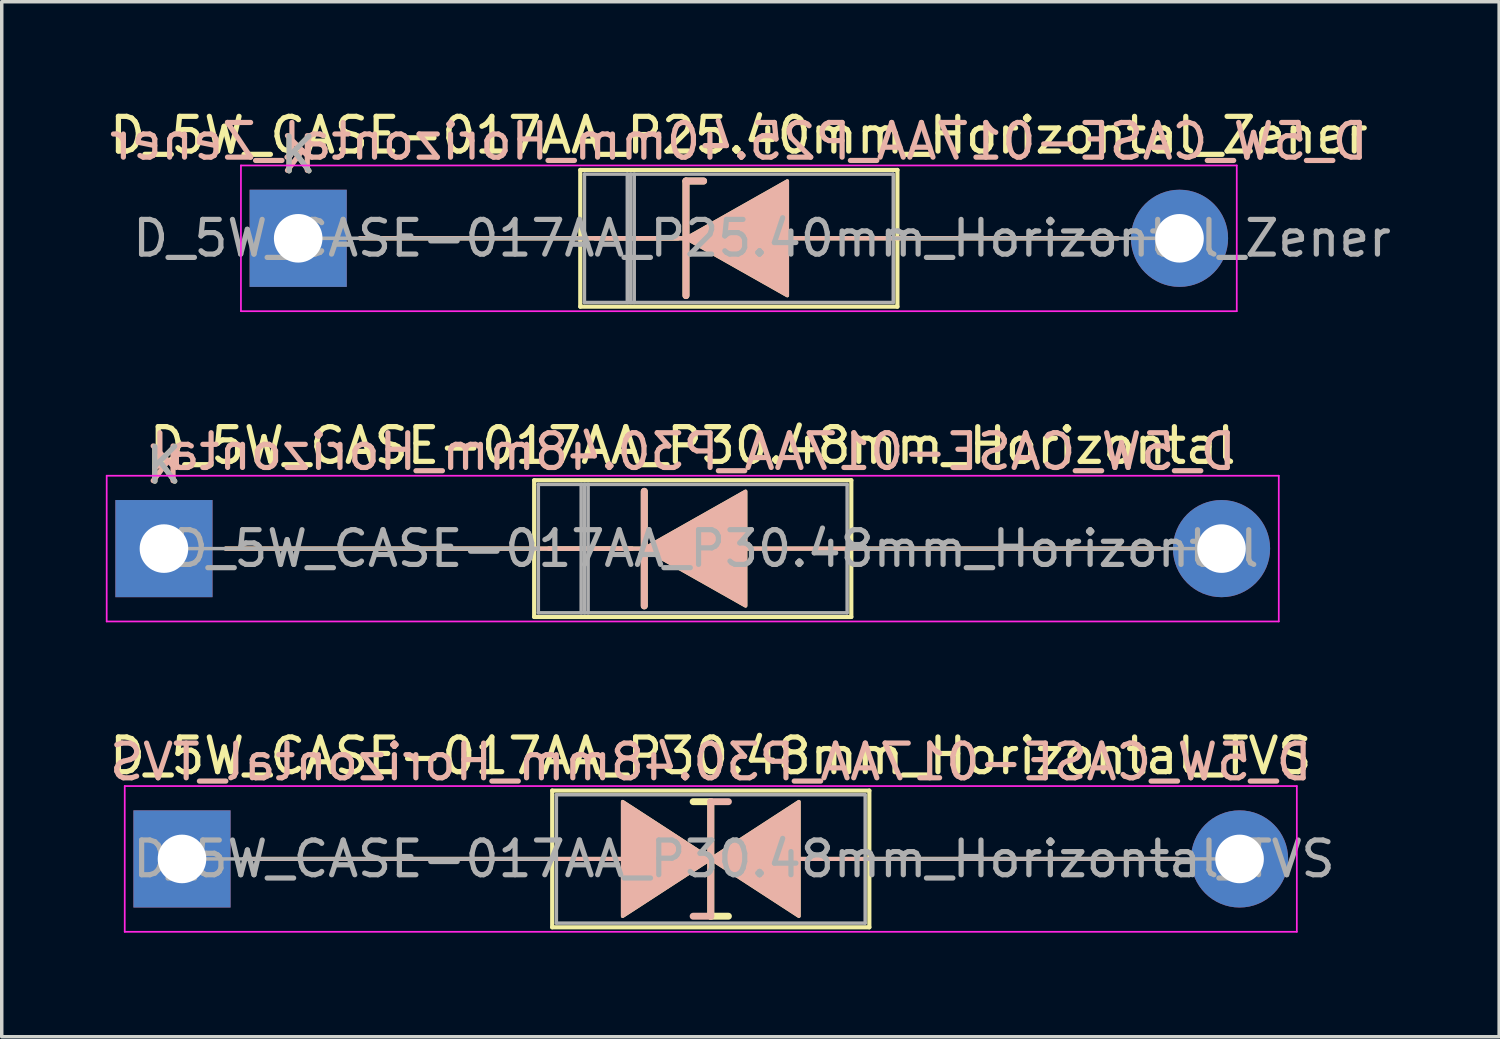
<source format=kicad_pcb>
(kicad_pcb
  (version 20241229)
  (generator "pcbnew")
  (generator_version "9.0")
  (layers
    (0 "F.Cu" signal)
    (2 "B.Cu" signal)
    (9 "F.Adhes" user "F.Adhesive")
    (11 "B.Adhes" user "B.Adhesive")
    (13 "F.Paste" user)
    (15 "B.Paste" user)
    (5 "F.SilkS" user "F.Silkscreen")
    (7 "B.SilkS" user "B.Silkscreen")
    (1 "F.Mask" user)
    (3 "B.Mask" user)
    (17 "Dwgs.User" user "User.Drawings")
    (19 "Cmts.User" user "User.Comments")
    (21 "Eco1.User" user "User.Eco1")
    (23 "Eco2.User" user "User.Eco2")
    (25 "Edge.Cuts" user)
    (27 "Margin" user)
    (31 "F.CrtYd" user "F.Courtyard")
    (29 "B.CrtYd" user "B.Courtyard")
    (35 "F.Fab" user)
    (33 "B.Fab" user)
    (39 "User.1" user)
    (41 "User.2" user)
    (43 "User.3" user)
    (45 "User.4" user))
  (footprint "D_5W_CASE-017AA_P30.48mm_Horizontal_TVS"
    (layer "F.Cu")
    (at 2.195 21.705)
    (property "Reference" "D_5W_CASE-017AA_P30.48mm_Horizontal_TVS" (at 15.24 -2.97 0) (layer "F.SilkS") (effects (font (size 1 1) (thickness 0.15))))
    (fp_line (start 1.778 0) (end 10.67 0) (stroke (width 0.12) (type solid)) (layer "F.SilkS"))
    (fp_line (start 10.668 0) (end 12.7 0) (stroke (width 0.12) (type solid)) (layer "F.SilkS"))
    (fp_line (start 10.67 -1.97) (end 10.67 1.97) (stroke (width 0.12) (type solid)) (layer "F.SilkS"))
    (fp_line (start 10.67 1.97) (end 19.81 1.97) (stroke (width 0.12) (type solid)) (layer "F.SilkS"))
    (fp_line (start 15.24 -1.651) (end 14.732 -1.651) (stroke (width 0.2) (type solid)) (layer "F.SilkS"))
    (fp_line (start 15.24 1.651) (end 15.24 -1.651) (stroke (width 0.2) (type solid)) (layer "F.SilkS"))
    (fp_line (start 15.748 1.651) (end 15.24 1.651) (stroke (width 0.2) (type solid)) (layer "F.SilkS"))
    (fp_line (start 19.81 -1.97) (end 10.67 -1.97) (stroke (width 0.12) (type solid)) (layer "F.SilkS"))
    (fp_line (start 19.81 0) (end 17.78 0) (stroke (width 0.12) (type solid)) (layer "F.SilkS"))
    (fp_line (start 19.81 1.97) (end 19.81 -1.97) (stroke (width 0.12) (type solid)) (layer "F.SilkS"))
    (fp_line (start 28.702 0) (end 19.81 0) (stroke (width 0.12) (type solid)) (layer "F.SilkS"))
    (fp_poly (pts (xy 15.24 0) (xy 12.7 1.651) (xy 12.7 -1.651)) (stroke (width 0.1) (type solid)) (fill yes) (layer "F.SilkS"))
    (fp_poly (pts (xy 15.24 0) (xy 17.78 -1.651) (xy 17.78 1.651)) (stroke (width 0.1) (type solid)) (fill yes) (layer "F.SilkS"))
    (fp_line (start 1.778 0) (end 10.67 0) (stroke (width 0.12) (type solid)) (layer "B.SilkS"))
    (fp_line (start 10.668 0) (end 12.7 0) (stroke (width 0.12) (type solid)) (layer "B.SilkS"))
    (fp_line (start 15.24 -1.651) (end 15.24 1.651) (stroke (width 0.2) (type solid)) (layer "B.SilkS"))
    (fp_line (start 15.24 1.651) (end 14.732 1.651) (stroke (width 0.2) (type solid)) (layer "B.SilkS"))
    (fp_line (start 15.748 -1.651) (end 15.24 -1.651) (stroke (width 0.2) (type solid)) (layer "B.SilkS"))
    (fp_line (start 19.81 0) (end 17.78 0) (stroke (width 0.12) (type solid)) (layer "B.SilkS"))
    (fp_line (start 28.702 0) (end 19.81 0) (stroke (width 0.12) (type solid)) (layer "B.SilkS"))
    (fp_poly (pts (xy 15.24 0) (xy 12.7 -1.651) (xy 12.7 1.651)) (stroke (width 0.1) (type solid)) (fill yes) (layer "B.SilkS"))
    (fp_poly (pts (xy 15.24 0) (xy 17.78 1.651) (xy 17.78 -1.651)) (stroke (width 0.1) (type solid)) (fill yes) (layer "B.SilkS"))
    (fp_line (start -1.65 -2.1) (end -1.65 2.1) (stroke (width 0.05) (type solid)) (layer "F.CrtYd"))
    (fp_line (start -1.65 2.1) (end 32.13 2.1) (stroke (width 0.05) (type solid)) (layer "F.CrtYd"))
    (fp_line (start 32.13 -2.1) (end -1.65 -2.1) (stroke (width 0.05) (type solid)) (layer "F.CrtYd"))
    (fp_line (start 32.13 2.1) (end 32.13 -2.1) (stroke (width 0.05) (type solid)) (layer "F.CrtYd"))
    (fp_line (start 0 0) (end 10.79 0) (stroke (width 0.1) (type solid)) (layer "F.Fab"))
    (fp_line (start 10.79 -1.85) (end 10.79 1.85) (stroke (width 0.1) (type solid)) (layer "F.Fab"))
    (fp_line (start 10.79 1.85) (end 19.69 1.85) (stroke (width 0.1) (type solid)) (layer "F.Fab"))
    (fp_line (start 19.69 -1.85) (end 10.79 -1.85) (stroke (width 0.1) (type solid)) (layer "F.Fab"))
    (fp_line (start 19.69 1.85) (end 19.69 -1.85) (stroke (width 0.1) (type solid)) (layer "F.Fab"))
    (fp_line (start 30.48 0) (end 19.69 0) (stroke (width 0.1) (type solid)) (layer "F.Fab"))
    (fp_text user "${REFERENCE}" (at 15.24 -2.794 0) (layer "B.SilkS") (effects (font (size 1 1) (thickness 0.15)) (justify mirror)))
    (fp_text user "${REFERENCE}" (at 15.908 0 0) (layer "F.Fab") (effects (font (size 1 1) (thickness 0.15))))
    (pad "1" thru_hole rect (at 0 0) (size 2.8 2.8) (drill 1.4) (layers "*.Cu" "*.Mask"))
    (pad "2" thru_hole oval (at 30.48 0) (size 2.8 2.8) (drill 1.4) (layers "*.Cu" "*.Mask")))
  (footprint "D_5W_CASE-017AA_P30.48mm_Horizontal"
    (layer "F.Cu")
    (at 1.675 12.761)
    (property "Reference" "D_5W_CASE-017AA_P30.48mm_Horizontal" (at 15.24 -2.97 0) (layer "F.SilkS") (effects (font (size 1 1) (thickness 0.15))))
    (fp_line (start 1.778 0) (end 13.843 0) (stroke (width 0.12) (type solid)) (layer "F.SilkS"))
    (fp_line (start 10.67 -1.97) (end 10.67 1.97) (stroke (width 0.12) (type solid)) (layer "F.SilkS"))
    (fp_line (start 10.67 1.97) (end 19.81 1.97) (stroke (width 0.12) (type solid)) (layer "F.SilkS"))
    (fp_line (start 13.49 0) (end 11.09 0) (stroke (width 0.12) (type solid)) (layer "F.SilkS"))
    (fp_line (start 13.843 -1.651) (end 13.843 1.651) (stroke (width 0.2) (type solid)) (layer "F.SilkS"))
    (fp_line (start 19.81 -1.97) (end 10.67 -1.97) (stroke (width 0.12) (type solid)) (layer "F.SilkS"))
    (fp_line (start 19.81 1.97) (end 19.81 -1.97) (stroke (width 0.12) (type solid)) (layer "F.SilkS"))
    (fp_line (start 28.702 0) (end 16.51 0) (stroke (width 0.12) (type solid)) (layer "F.SilkS"))
    (fp_poly (pts (xy 16.764 1.651) (xy 13.843 0) (xy 16.764 -1.651)) (stroke (width 0.1) (type solid)) (fill yes) (layer "F.SilkS"))
    (fp_line (start 1.778 0) (end 13.843 0) (stroke (width 0.12) (type solid)) (layer "B.SilkS"))
    (fp_line (start 13.49 0) (end 11.09 0) (stroke (width 0.12) (type solid)) (layer "B.SilkS"))
    (fp_line (start 13.843 1.651) (end 13.843 -1.651) (stroke (width 0.2) (type solid)) (layer "B.SilkS"))
    (fp_line (start 28.702 0) (end 16.51 0) (stroke (width 0.12) (type solid)) (layer "B.SilkS"))
    (fp_poly (pts (xy 16.764 -1.651) (xy 13.843 0) (xy 16.764 1.651)) (stroke (width 0.1) (type solid)) (fill yes) (layer "B.SilkS"))
    (fp_line (start -1.65 -2.1) (end -1.65 2.1) (stroke (width 0.05) (type solid)) (layer "F.CrtYd"))
    (fp_line (start -1.65 2.1) (end 32.13 2.1) (stroke (width 0.05) (type solid)) (layer "F.CrtYd"))
    (fp_line (start 32.13 -2.1) (end -1.65 -2.1) (stroke (width 0.05) (type solid)) (layer "F.CrtYd"))
    (fp_line (start 32.13 2.1) (end 32.13 -2.1) (stroke (width 0.05) (type solid)) (layer "F.CrtYd"))
    (fp_line (start 0 0) (end 10.79 0) (stroke (width 0.1) (type solid)) (layer "F.Fab"))
    (fp_line (start 10.79 -1.85) (end 10.79 1.85) (stroke (width 0.1) (type solid)) (layer "F.Fab"))
    (fp_line (start 10.79 1.85) (end 19.69 1.85) (stroke (width 0.1) (type solid)) (layer "F.Fab"))
    (fp_line (start 12.025 -1.85) (end 12.025 1.85) (stroke (width 0.1) (type solid)) (layer "F.Fab"))
    (fp_line (start 12.125 -1.85) (end 12.125 1.85) (stroke (width 0.1) (type solid)) (layer "F.Fab"))
    (fp_line (start 12.225 -1.85) (end 12.225 1.85) (stroke (width 0.1) (type solid)) (layer "F.Fab"))
    (fp_line (start 19.69 -1.85) (end 10.79 -1.85) (stroke (width 0.1) (type solid)) (layer "F.Fab"))
    (fp_line (start 19.69 1.85) (end 19.69 -1.85) (stroke (width 0.1) (type solid)) (layer "F.Fab"))
    (fp_line (start 30.48 0) (end 19.69 0) (stroke (width 0.1) (type solid)) (layer "F.Fab"))
    (fp_text user "K" (at 0 -2.4 0) (layer "F.SilkS") (effects (font (size 1 1) (thickness 0.15))))
    (fp_text user "${REFERENCE}" (at 15.24 -2.794 0) (layer "B.SilkS") (effects (font (size 1 1) (thickness 0.15)) (justify mirror)))
    (fp_text user "K" (at 0 -2.413 0) (layer "B.SilkS") (effects (font (size 1 1) (thickness 0.15)) (justify mirror)))
    (fp_text user "K" (at 0 -2.4 0) (layer "F.Fab") (effects (font (size 1 1) (thickness 0.15))))
    (fp_text user "${REFERENCE}" (at 15.908 0 0) (layer "F.Fab") (effects (font (size 1 1) (thickness 0.15))))
    (pad "1" thru_hole rect (at 0 0) (size 2.8 2.8) (drill 1.4) (layers "*.Cu" "*.Mask"))
    (pad "2" thru_hole oval (at 30.48 0) (size 2.8 2.8) (drill 1.4) (layers "*.Cu" "*.Mask")))
  (footprint "D_5W_CASE-017AA_P25.40mm_Horizontal_Zener"
    (layer "F.Cu")
    (at 5.544 3.818)
    (property "Reference" "D_5W_CASE-017AA_P25.40mm_Horizontal_Zener" (at 12.7 -2.97 0) (layer "F.SilkS") (effects (font (size 1 1) (thickness 0.15))))
    (fp_line (start 1.778 0) (end 10.95 0) (stroke (width 0.12) (type solid)) (layer "F.SilkS"))
    (fp_line (start 8.13 -1.97) (end 8.13 1.97) (stroke (width 0.12) (type solid)) (layer "F.SilkS"))
    (fp_line (start 8.13 1.97) (end 17.27 1.97) (stroke (width 0.12) (type solid)) (layer "F.SilkS"))
    (fp_line (start 11.176 -1.651) (end 11.176 1.651) (stroke (width 0.2) (type solid)) (layer "F.SilkS"))
    (fp_line (start 11.176 -1.651) (end 11.684 -1.651) (stroke (width 0.2) (type solid)) (layer "F.SilkS"))
    (fp_line (start 11.176 0) (end 8.55 0) (stroke (width 0.12) (type solid)) (layer "F.SilkS"))
    (fp_line (start 17.27 -1.97) (end 8.13 -1.97) (stroke (width 0.12) (type solid)) (layer "F.SilkS"))
    (fp_line (start 17.27 1.97) (end 17.27 -1.97) (stroke (width 0.12) (type solid)) (layer "F.SilkS"))
    (fp_line (start 23.622 0) (end 13.97 0) (stroke (width 0.12) (type solid)) (layer "F.SilkS"))
    (fp_poly (pts (xy 14.097 1.651) (xy 11.176 0) (xy 14.097 -1.651)) (stroke (width 0.1) (type solid)) (fill yes) (layer "F.SilkS"))
    (fp_line (start 1.778 0) (end 10.95 0) (stroke (width 0.12) (type solid)) (layer "B.SilkS"))
    (fp_line (start 11.176 -1.651) (end 11.684 -1.651) (stroke (width 0.2) (type solid)) (layer "B.SilkS"))
    (fp_line (start 11.176 0) (end 8.55 0) (stroke (width 0.12) (type solid)) (layer "B.SilkS"))
    (fp_line (start 11.176 1.651) (end 11.176 -1.651) (stroke (width 0.2) (type solid)) (layer "B.SilkS"))
    (fp_line (start 23.622 0) (end 13.97 0) (stroke (width 0.12) (type solid)) (layer "B.SilkS"))
    (fp_poly (pts (xy 14.097 -1.651) (xy 11.176 0) (xy 14.097 1.651)) (stroke (width 0.1) (type solid)) (fill yes) (layer "B.SilkS"))
    (fp_line (start -1.65 -2.1) (end -1.65 2.1) (stroke (width 0.05) (type solid)) (layer "F.CrtYd"))
    (fp_line (start -1.65 2.1) (end 27.05 2.1) (stroke (width 0.05) (type solid)) (layer "F.CrtYd"))
    (fp_line (start 27.05 -2.1) (end -1.65 -2.1) (stroke (width 0.05) (type solid)) (layer "F.CrtYd"))
    (fp_line (start 27.05 2.1) (end 27.05 -2.1) (stroke (width 0.05) (type solid)) (layer "F.CrtYd"))
    (fp_line (start 0 0) (end 8.25 0) (stroke (width 0.1) (type solid)) (layer "F.Fab"))
    (fp_line (start 8.25 -1.85) (end 8.25 1.85) (stroke (width 0.1) (type solid)) (layer "F.Fab"))
    (fp_line (start 8.25 1.85) (end 17.15 1.85) (stroke (width 0.1) (type solid)) (layer "F.Fab"))
    (fp_line (start 9.485 -1.85) (end 9.485 1.85) (stroke (width 0.1) (type solid)) (layer "F.Fab"))
    (fp_line (start 9.585 -1.85) (end 9.585 1.85) (stroke (width 0.1) (type solid)) (layer "F.Fab"))
    (fp_line (start 9.685 -1.85) (end 9.685 1.85) (stroke (width 0.1) (type solid)) (layer "F.Fab"))
    (fp_line (start 17.15 -1.85) (end 8.25 -1.85) (stroke (width 0.1) (type solid)) (layer "F.Fab"))
    (fp_line (start 17.15 1.85) (end 17.15 -1.85) (stroke (width 0.1) (type solid)) (layer "F.Fab"))
    (fp_line (start 25.4 0) (end 17.15 0) (stroke (width 0.1) (type solid)) (layer "F.Fab"))
    (fp_text user "K" (at 0 -2.4 0) (layer "F.SilkS") (effects (font (size 1 1) (thickness 0.15))))
    (fp_text user "K" (at 0 -2.413 0) (layer "B.SilkS") (effects (font (size 1 1) (thickness 0.15)) (justify mirror)))
    (fp_text user "${REFERENCE}" (at 12.7 -2.794 0) (layer "B.SilkS") (effects (font (size 1 1) (thickness 0.15)) (justify mirror)))
    (fp_text user "${REFERENCE}" (at 13.367 0 0) (layer "F.Fab") (effects (font (size 1 1) (thickness 0.15))))
    (fp_text user "K" (at 0 -2.4 0) (layer "F.Fab") (effects (font (size 1 1) (thickness 0.15))))
    (pad "1" thru_hole rect (at 0 0) (size 2.8 2.8) (drill 1.4) (layers "*.Cu" "*.Mask"))
    (pad "2" thru_hole oval (at 25.4 0) (size 2.8 2.8) (drill 1.4) (layers "*.Cu" "*.Mask")))
  (gr_rect
    (start -3 -3)
    (end 40.156 26.83)
    (stroke (width 0.1) (type default))
    (fill no)
    (layer "Edge.Cuts")))
</source>
